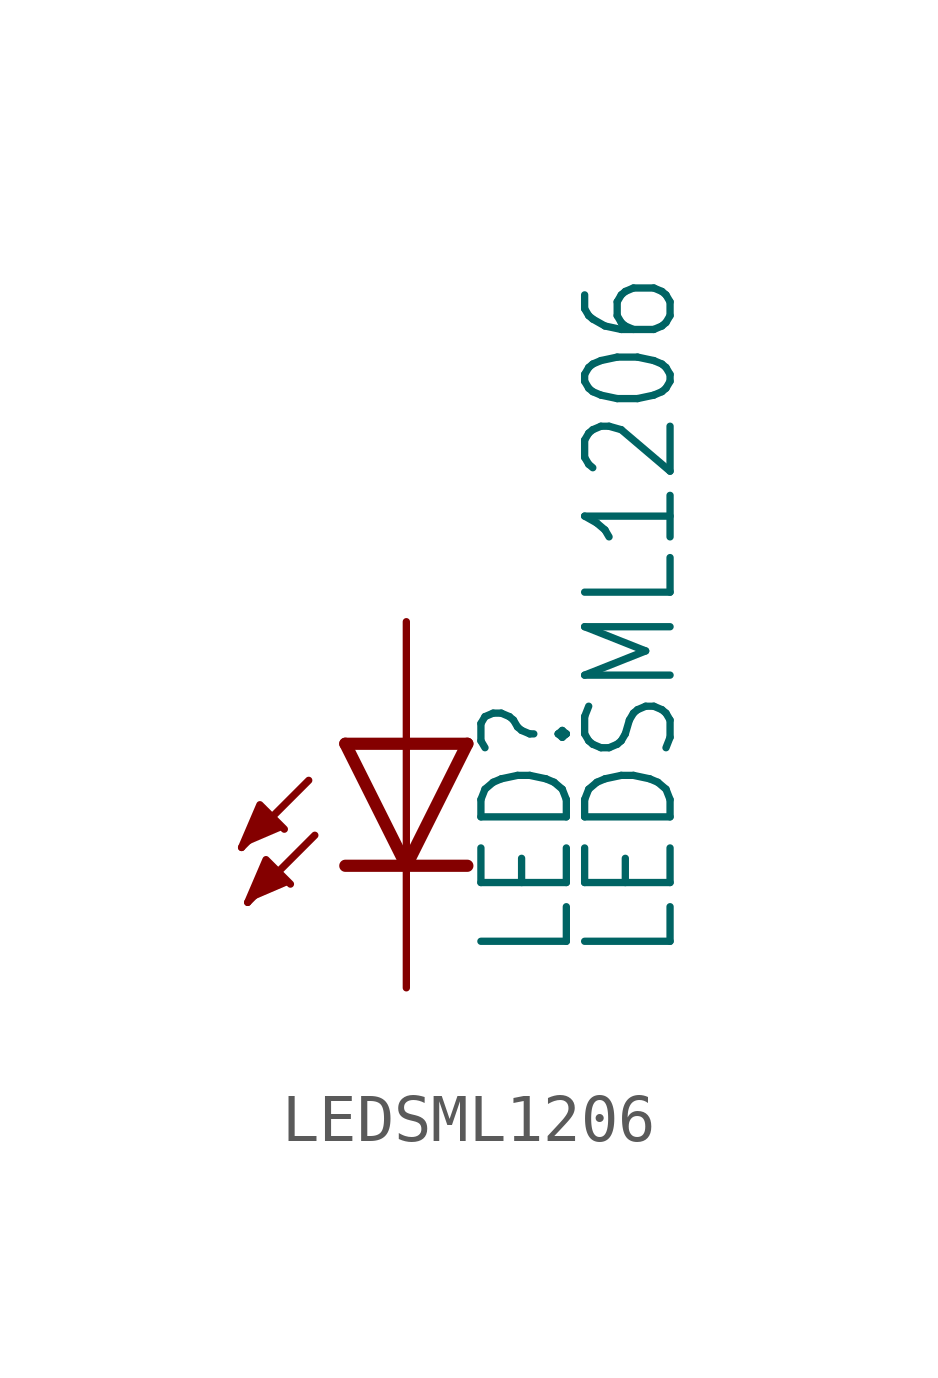
<source format=kicad_sym>
(kicad_symbol_lib
  (version 20201005)
  (generator kicad_symbol_editor)
  (symbol "LEDSML1206"
    (property "Reference" "LED"
      (at 3.556 -4.572 90)
      (effects (font (size 1.778 1.511)) (justify left bottom)))
    (property "Value" "LEDSML1206"
      (at 5.715 -4.572 90)
      (effects (font (size 1.778 1.511)) (justify left bottom)))
    (property "ki_locked" ""
      (at 0 0 0)
      (effects (font (size 1.27 1.27))))
    (symbol "LEDSML1206_1_0"
      (polyline (pts (xy 1.27 0) (xy 0 -2.54)) (stroke (width 0.254)) (fill (type none)))
      (polyline (pts (xy 0 -2.54) (xy -1.27 0)) (stroke (width 0.254)) (fill (type none)))
      (polyline (pts (xy 1.27 -2.54) (xy 0 -2.54)) (stroke (width 0.254)) (fill (type none)))
      (polyline (pts (xy 0 -2.54) (xy -1.27 -2.54)) (stroke (width 0.254)) (fill (type none)))
      (polyline (pts (xy 1.27 0) (xy 0 0)) (stroke (width 0.254)) (fill (type none)))
      (polyline (pts (xy 0 0) (xy -1.27 0)) (stroke (width 0.254)) (fill (type none)))
      (polyline (pts (xy 0 0) (xy 0 -2.54)) (stroke (width 0.152)) (fill (type none)))
      (polyline (pts (xy -2.032 -0.762) (xy -3.429 -2.159)) (stroke (width 0.152)) (fill (type none)))
      (polyline (pts (xy -1.905 -1.905) (xy -3.302 -3.302)) (stroke (width 0.152)) (fill (type none)))
      (polyline (pts (xy -3.429 -2.159) (xy -3.048 -1.27) (xy -2.54 -1.778)) (stroke (width 0)) (fill (type outline)))
      (polyline (pts (xy -3.302 -3.302) (xy -2.921 -2.413) (xy -2.413 -2.921)) (stroke (width 0)) (fill (type outline)))
      (pin passive line (at 0 -5.08 90) (length 2.54) (name "C" (effects (font (size 0 0)))) (number "C" (effects (font (size 0 0)))))
      (pin passive line (at 0 2.54 270) (length 2.54) (name "A" (effects (font (size 0 0)))) (number "A" (effects (font (size 0 0))))))))
</source>
